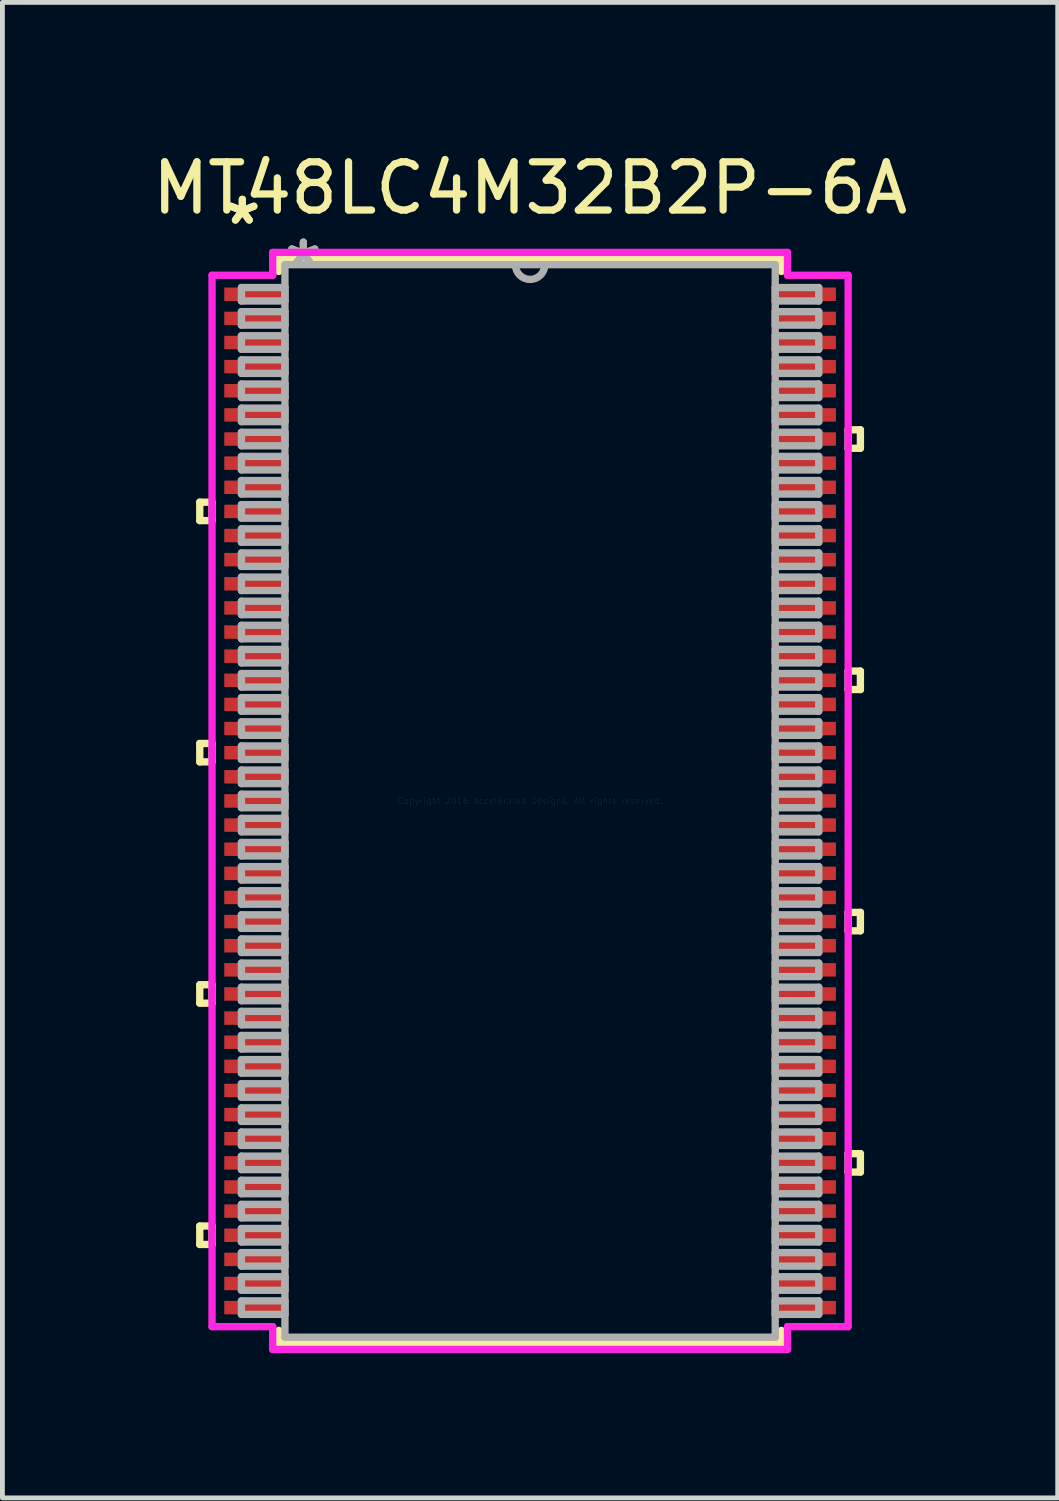
<source format=kicad_pcb>
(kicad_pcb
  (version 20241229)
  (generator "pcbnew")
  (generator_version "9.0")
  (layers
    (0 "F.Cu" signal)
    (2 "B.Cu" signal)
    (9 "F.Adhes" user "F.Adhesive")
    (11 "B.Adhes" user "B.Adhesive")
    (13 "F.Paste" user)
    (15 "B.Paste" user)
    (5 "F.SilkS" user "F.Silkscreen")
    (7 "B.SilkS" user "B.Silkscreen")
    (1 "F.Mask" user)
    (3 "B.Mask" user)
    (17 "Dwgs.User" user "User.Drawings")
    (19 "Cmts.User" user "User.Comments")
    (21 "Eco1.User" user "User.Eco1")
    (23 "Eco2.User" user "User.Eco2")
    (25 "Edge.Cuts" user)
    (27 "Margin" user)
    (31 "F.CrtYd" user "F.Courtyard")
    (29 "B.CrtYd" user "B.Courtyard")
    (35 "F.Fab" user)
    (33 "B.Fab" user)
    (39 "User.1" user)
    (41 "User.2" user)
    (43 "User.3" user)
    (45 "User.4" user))
  (footprint "MT48LC4M32B2P-6A"
    (layer "F.Cu")
    (at 7.935 13.548)
    (property "Reference" "MT48LC4M32B2P-6A" (at 0 -12.7 0) (layer "F.SilkS") (effects (font (size 1 1) (thickness 0.15))))
    (attr through_hole)
    (fp_line (start -6.845 -6.191) (end -6.845 -5.81) (stroke (width 0.152) (type solid)) (layer "F.SilkS"))
    (fp_line (start -6.845 -5.81) (end -6.591 -5.81) (stroke (width 0.152) (type solid)) (layer "F.SilkS"))
    (fp_line (start -6.845 -1.191) (end -6.845 -0.81) (stroke (width 0.152) (type solid)) (layer "F.SilkS"))
    (fp_line (start -6.845 -0.81) (end -6.591 -0.81) (stroke (width 0.152) (type solid)) (layer "F.SilkS"))
    (fp_line (start -6.845 3.809) (end -6.845 4.191) (stroke (width 0.152) (type solid)) (layer "F.SilkS"))
    (fp_line (start -6.845 4.191) (end -6.591 4.191) (stroke (width 0.152) (type solid)) (layer "F.SilkS"))
    (fp_line (start -6.845 8.809) (end -6.845 9.191) (stroke (width 0.152) (type solid)) (layer "F.SilkS"))
    (fp_line (start -6.845 9.191) (end -6.591 9.191) (stroke (width 0.152) (type solid)) (layer "F.SilkS"))
    (fp_line (start -6.591 -6.191) (end -6.845 -6.191) (stroke (width 0.152) (type solid)) (layer "F.SilkS"))
    (fp_line (start -6.591 -5.81) (end -6.591 -6.191) (stroke (width 0.152) (type solid)) (layer "F.SilkS"))
    (fp_line (start -6.591 -1.191) (end -6.845 -1.191) (stroke (width 0.152) (type solid)) (layer "F.SilkS"))
    (fp_line (start -6.591 -0.81) (end -6.591 -1.191) (stroke (width 0.152) (type solid)) (layer "F.SilkS"))
    (fp_line (start -6.591 3.809) (end -6.845 3.809) (stroke (width 0.152) (type solid)) (layer "F.SilkS"))
    (fp_line (start -6.591 4.191) (end -6.591 3.809) (stroke (width 0.152) (type solid)) (layer "F.SilkS"))
    (fp_line (start -6.591 8.809) (end -6.845 8.809) (stroke (width 0.152) (type solid)) (layer "F.SilkS"))
    (fp_line (start -6.591 9.191) (end -6.591 8.809) (stroke (width 0.152) (type solid)) (layer "F.SilkS"))
    (fp_line (start -5.207 -11.239) (end -5.207 -10.972) (stroke (width 0.152) (type solid)) (layer "F.SilkS"))
    (fp_line (start -5.207 10.972) (end -5.207 11.239) (stroke (width 0.152) (type solid)) (layer "F.SilkS"))
    (fp_line (start -5.207 11.239) (end 5.207 11.239) (stroke (width 0.152) (type solid)) (layer "F.SilkS"))
    (fp_line (start 5.207 -11.239) (end -5.207 -11.239) (stroke (width 0.152) (type solid)) (layer "F.SilkS"))
    (fp_line (start 5.207 -10.972) (end 5.207 -11.239) (stroke (width 0.152) (type solid)) (layer "F.SilkS"))
    (fp_line (start 5.207 11.239) (end 5.207 10.972) (stroke (width 0.152) (type solid)) (layer "F.SilkS"))
    (fp_line (start 6.591 -7.691) (end 6.845 -7.691) (stroke (width 0.152) (type solid)) (layer "F.SilkS"))
    (fp_line (start 6.591 -7.309) (end 6.591 -7.691) (stroke (width 0.152) (type solid)) (layer "F.SilkS"))
    (fp_line (start 6.591 -2.691) (end 6.845 -2.691) (stroke (width 0.152) (type solid)) (layer "F.SilkS"))
    (fp_line (start 6.591 -2.309) (end 6.591 -2.691) (stroke (width 0.152) (type solid)) (layer "F.SilkS"))
    (fp_line (start 6.591 2.309) (end 6.845 2.309) (stroke (width 0.152) (type solid)) (layer "F.SilkS"))
    (fp_line (start 6.591 2.691) (end 6.591 2.309) (stroke (width 0.152) (type solid)) (layer "F.SilkS"))
    (fp_line (start 6.591 7.309) (end 6.845 7.309) (stroke (width 0.152) (type solid)) (layer "F.SilkS"))
    (fp_line (start 6.591 7.691) (end 6.591 7.309) (stroke (width 0.152) (type solid)) (layer "F.SilkS"))
    (fp_line (start 6.845 -7.691) (end 6.845 -7.309) (stroke (width 0.152) (type solid)) (layer "F.SilkS"))
    (fp_line (start 6.845 -7.309) (end 6.591 -7.309) (stroke (width 0.152) (type solid)) (layer "F.SilkS"))
    (fp_line (start 6.845 -2.691) (end 6.845 -2.309) (stroke (width 0.152) (type solid)) (layer "F.SilkS"))
    (fp_line (start 6.845 -2.309) (end 6.591 -2.309) (stroke (width 0.152) (type solid)) (layer "F.SilkS"))
    (fp_line (start 6.845 2.309) (end 6.845 2.691) (stroke (width 0.152) (type solid)) (layer "F.SilkS"))
    (fp_line (start 6.845 2.691) (end 6.591 2.691) (stroke (width 0.152) (type solid)) (layer "F.SilkS"))
    (fp_line (start 6.845 7.309) (end 6.845 7.691) (stroke (width 0.152) (type solid)) (layer "F.SilkS"))
    (fp_line (start 6.845 7.691) (end 6.591 7.691) (stroke (width 0.152) (type solid)) (layer "F.SilkS"))
    (fp_line (start -6.591 -10.894) (end -5.334 -10.894) (stroke (width 0.152) (type solid)) (layer "F.CrtYd"))
    (fp_line (start -6.591 10.894) (end -6.591 -10.894) (stroke (width 0.152) (type solid)) (layer "F.CrtYd"))
    (fp_line (start -5.334 -11.367) (end 5.334 -11.367) (stroke (width 0.152) (type solid)) (layer "F.CrtYd"))
    (fp_line (start -5.334 -10.894) (end -5.334 -11.367) (stroke (width 0.152) (type solid)) (layer "F.CrtYd"))
    (fp_line (start -5.334 10.894) (end -6.591 10.894) (stroke (width 0.152) (type solid)) (layer "F.CrtYd"))
    (fp_line (start -5.334 11.367) (end -5.334 10.894) (stroke (width 0.152) (type solid)) (layer "F.CrtYd"))
    (fp_line (start 5.334 -11.367) (end 5.334 -10.894) (stroke (width 0.152) (type solid)) (layer "F.CrtYd"))
    (fp_line (start 5.334 -10.894) (end 6.591 -10.894) (stroke (width 0.152) (type solid)) (layer "F.CrtYd"))
    (fp_line (start 5.334 10.894) (end 5.334 11.367) (stroke (width 0.152) (type solid)) (layer "F.CrtYd"))
    (fp_line (start 5.334 11.367) (end -5.334 11.367) (stroke (width 0.152) (type solid)) (layer "F.CrtYd"))
    (fp_line (start 6.591 -10.894) (end 6.591 10.894) (stroke (width 0.152) (type solid)) (layer "F.CrtYd"))
    (fp_line (start 6.591 10.894) (end 5.334 10.894) (stroke (width 0.152) (type solid)) (layer "F.CrtYd"))
    (fp_line (start -5.982 -10.64) (end -5.982 -10.36) (stroke (width 0.152) (type solid)) (layer "F.Fab"))
    (fp_line (start -5.982 -10.36) (end -5.08 -10.36) (stroke (width 0.152) (type solid)) (layer "F.Fab"))
    (fp_line (start -5.982 -10.14) (end -5.982 -9.86) (stroke (width 0.152) (type solid)) (layer "F.Fab"))
    (fp_line (start -5.982 -9.86) (end -5.08 -9.86) (stroke (width 0.152) (type solid)) (layer "F.Fab"))
    (fp_line (start -5.982 -9.64) (end -5.982 -9.36) (stroke (width 0.152) (type solid)) (layer "F.Fab"))
    (fp_line (start -5.982 -9.36) (end -5.08 -9.36) (stroke (width 0.152) (type solid)) (layer "F.Fab"))
    (fp_line (start -5.982 -9.14) (end -5.982 -8.86) (stroke (width 0.152) (type solid)) (layer "F.Fab"))
    (fp_line (start -5.982 -8.86) (end -5.08 -8.86) (stroke (width 0.152) (type solid)) (layer "F.Fab"))
    (fp_line (start -5.982 -8.64) (end -5.982 -8.36) (stroke (width 0.152) (type solid)) (layer "F.Fab"))
    (fp_line (start -5.982 -8.36) (end -5.08 -8.36) (stroke (width 0.152) (type solid)) (layer "F.Fab"))
    (fp_line (start -5.982 -8.14) (end -5.982 -7.86) (stroke (width 0.152) (type solid)) (layer "F.Fab"))
    (fp_line (start -5.982 -7.86) (end -5.08 -7.86) (stroke (width 0.152) (type solid)) (layer "F.Fab"))
    (fp_line (start -5.982 -7.64) (end -5.982 -7.36) (stroke (width 0.152) (type solid)) (layer "F.Fab"))
    (fp_line (start -5.982 -7.36) (end -5.08 -7.36) (stroke (width 0.152) (type solid)) (layer "F.Fab"))
    (fp_line (start -5.982 -7.14) (end -5.982 -6.86) (stroke (width 0.152) (type solid)) (layer "F.Fab"))
    (fp_line (start -5.982 -6.86) (end -5.08 -6.86) (stroke (width 0.152) (type solid)) (layer "F.Fab"))
    (fp_line (start -5.982 -6.64) (end -5.982 -6.36) (stroke (width 0.152) (type solid)) (layer "F.Fab"))
    (fp_line (start -5.982 -6.36) (end -5.08 -6.36) (stroke (width 0.152) (type solid)) (layer "F.Fab"))
    (fp_line (start -5.982 -6.14) (end -5.982 -5.86) (stroke (width 0.152) (type solid)) (layer "F.Fab"))
    (fp_line (start -5.982 -5.86) (end -5.08 -5.86) (stroke (width 0.152) (type solid)) (layer "F.Fab"))
    (fp_line (start -5.982 -5.64) (end -5.982 -5.36) (stroke (width 0.152) (type solid)) (layer "F.Fab"))
    (fp_line (start -5.982 -5.36) (end -5.08 -5.36) (stroke (width 0.152) (type solid)) (layer "F.Fab"))
    (fp_line (start -5.982 -5.14) (end -5.982 -4.86) (stroke (width 0.152) (type solid)) (layer "F.Fab"))
    (fp_line (start -5.982 -4.86) (end -5.08 -4.86) (stroke (width 0.152) (type solid)) (layer "F.Fab"))
    (fp_line (start -5.982 -4.64) (end -5.982 -4.36) (stroke (width 0.152) (type solid)) (layer "F.Fab"))
    (fp_line (start -5.982 -4.36) (end -5.08 -4.36) (stroke (width 0.152) (type solid)) (layer "F.Fab"))
    (fp_line (start -5.982 -4.14) (end -5.982 -3.86) (stroke (width 0.152) (type solid)) (layer "F.Fab"))
    (fp_line (start -5.982 -3.86) (end -5.08 -3.86) (stroke (width 0.152) (type solid)) (layer "F.Fab"))
    (fp_line (start -5.982 -3.64) (end -5.982 -3.36) (stroke (width 0.152) (type solid)) (layer "F.Fab"))
    (fp_line (start -5.982 -3.36) (end -5.08 -3.36) (stroke (width 0.152) (type solid)) (layer "F.Fab"))
    (fp_line (start -5.982 -3.14) (end -5.982 -2.86) (stroke (width 0.152) (type solid)) (layer "F.Fab"))
    (fp_line (start -5.982 -2.86) (end -5.08 -2.86) (stroke (width 0.152) (type solid)) (layer "F.Fab"))
    (fp_line (start -5.982 -2.64) (end -5.982 -2.36) (stroke (width 0.152) (type solid)) (layer "F.Fab"))
    (fp_line (start -5.982 -2.36) (end -5.08 -2.36) (stroke (width 0.152) (type solid)) (layer "F.Fab"))
    (fp_line (start -5.982 -2.14) (end -5.982 -1.86) (stroke (width 0.152) (type solid)) (layer "F.Fab"))
    (fp_line (start -5.982 -1.86) (end -5.08 -1.86) (stroke (width 0.152) (type solid)) (layer "F.Fab"))
    (fp_line (start -5.982 -1.64) (end -5.982 -1.36) (stroke (width 0.152) (type solid)) (layer "F.Fab"))
    (fp_line (start -5.982 -1.36) (end -5.08 -1.36) (stroke (width 0.152) (type solid)) (layer "F.Fab"))
    (fp_line (start -5.982 -1.14) (end -5.982 -0.86) (stroke (width 0.152) (type solid)) (layer "F.Fab"))
    (fp_line (start -5.982 -0.86) (end -5.08 -0.86) (stroke (width 0.152) (type solid)) (layer "F.Fab"))
    (fp_line (start -5.982 -0.64) (end -5.982 -0.36) (stroke (width 0.152) (type solid)) (layer "F.Fab"))
    (fp_line (start -5.982 -0.36) (end -5.08 -0.36) (stroke (width 0.152) (type solid)) (layer "F.Fab"))
    (fp_line (start -5.982 -0.14) (end -5.982 0.14) (stroke (width 0.152) (type solid)) (layer "F.Fab"))
    (fp_line (start -5.982 0.14) (end -5.08 0.14) (stroke (width 0.152) (type solid)) (layer "F.Fab"))
    (fp_line (start -5.982 0.36) (end -5.982 0.64) (stroke (width 0.152) (type solid)) (layer "F.Fab"))
    (fp_line (start -5.982 0.64) (end -5.08 0.64) (stroke (width 0.152) (type solid)) (layer "F.Fab"))
    (fp_line (start -5.982 0.86) (end -5.982 1.14) (stroke (width 0.152) (type solid)) (layer "F.Fab"))
    (fp_line (start -5.982 1.14) (end -5.08 1.14) (stroke (width 0.152) (type solid)) (layer "F.Fab"))
    (fp_line (start -5.982 1.36) (end -5.982 1.64) (stroke (width 0.152) (type solid)) (layer "F.Fab"))
    (fp_line (start -5.982 1.64) (end -5.08 1.64) (stroke (width 0.152) (type solid)) (layer "F.Fab"))
    (fp_line (start -5.982 1.86) (end -5.982 2.14) (stroke (width 0.152) (type solid)) (layer "F.Fab"))
    (fp_line (start -5.982 2.14) (end -5.08 2.14) (stroke (width 0.152) (type solid)) (layer "F.Fab"))
    (fp_line (start -5.982 2.36) (end -5.982 2.64) (stroke (width 0.152) (type solid)) (layer "F.Fab"))
    (fp_line (start -5.982 2.64) (end -5.08 2.64) (stroke (width 0.152) (type solid)) (layer "F.Fab"))
    (fp_line (start -5.982 2.86) (end -5.982 3.14) (stroke (width 0.152) (type solid)) (layer "F.Fab"))
    (fp_line (start -5.982 3.14) (end -5.08 3.14) (stroke (width 0.152) (type solid)) (layer "F.Fab"))
    (fp_line (start -5.982 3.36) (end -5.982 3.64) (stroke (width 0.152) (type solid)) (layer "F.Fab"))
    (fp_line (start -5.982 3.64) (end -5.08 3.64) (stroke (width 0.152) (type solid)) (layer "F.Fab"))
    (fp_line (start -5.982 3.86) (end -5.982 4.14) (stroke (width 0.152) (type solid)) (layer "F.Fab"))
    (fp_line (start -5.982 4.14) (end -5.08 4.14) (stroke (width 0.152) (type solid)) (layer "F.Fab"))
    (fp_line (start -5.982 4.36) (end -5.982 4.64) (stroke (width 0.152) (type solid)) (layer "F.Fab"))
    (fp_line (start -5.982 4.64) (end -5.08 4.64) (stroke (width 0.152) (type solid)) (layer "F.Fab"))
    (fp_line (start -5.982 4.86) (end -5.982 5.14) (stroke (width 0.152) (type solid)) (layer "F.Fab"))
    (fp_line (start -5.982 5.14) (end -5.08 5.14) (stroke (width 0.152) (type solid)) (layer "F.Fab"))
    (fp_line (start -5.982 5.36) (end -5.982 5.64) (stroke (width 0.152) (type solid)) (layer "F.Fab"))
    (fp_line (start -5.982 5.64) (end -5.08 5.64) (stroke (width 0.152) (type solid)) (layer "F.Fab"))
    (fp_line (start -5.982 5.86) (end -5.982 6.14) (stroke (width 0.152) (type solid)) (layer "F.Fab"))
    (fp_line (start -5.982 6.14) (end -5.08 6.14) (stroke (width 0.152) (type solid)) (layer "F.Fab"))
    (fp_line (start -5.982 6.36) (end -5.982 6.64) (stroke (width 0.152) (type solid)) (layer "F.Fab"))
    (fp_line (start -5.982 6.64) (end -5.08 6.64) (stroke (width 0.152) (type solid)) (layer "F.Fab"))
    (fp_line (start -5.982 6.86) (end -5.982 7.14) (stroke (width 0.152) (type solid)) (layer "F.Fab"))
    (fp_line (start -5.982 7.14) (end -5.08 7.14) (stroke (width 0.152) (type solid)) (layer "F.Fab"))
    (fp_line (start -5.982 7.36) (end -5.982 7.64) (stroke (width 0.152) (type solid)) (layer "F.Fab"))
    (fp_line (start -5.982 7.64) (end -5.08 7.64) (stroke (width 0.152) (type solid)) (layer "F.Fab"))
    (fp_line (start -5.982 7.86) (end -5.982 8.14) (stroke (width 0.152) (type solid)) (layer "F.Fab"))
    (fp_line (start -5.982 8.14) (end -5.08 8.14) (stroke (width 0.152) (type solid)) (layer "F.Fab"))
    (fp_line (start -5.982 8.36) (end -5.982 8.64) (stroke (width 0.152) (type solid)) (layer "F.Fab"))
    (fp_line (start -5.982 8.64) (end -5.08 8.64) (stroke (width 0.152) (type solid)) (layer "F.Fab"))
    (fp_line (start -5.982 8.86) (end -5.982 9.14) (stroke (width 0.152) (type solid)) (layer "F.Fab"))
    (fp_line (start -5.982 9.14) (end -5.08 9.14) (stroke (width 0.152) (type solid)) (layer "F.Fab"))
    (fp_line (start -5.982 9.36) (end -5.982 9.64) (stroke (width 0.152) (type solid)) (layer "F.Fab"))
    (fp_line (start -5.982 9.64) (end -5.08 9.64) (stroke (width 0.152) (type solid)) (layer "F.Fab"))
    (fp_line (start -5.982 9.86) (end -5.982 10.14) (stroke (width 0.152) (type solid)) (layer "F.Fab"))
    (fp_line (start -5.982 10.14) (end -5.08 10.14) (stroke (width 0.152) (type solid)) (layer "F.Fab"))
    (fp_line (start -5.982 10.36) (end -5.982 10.64) (stroke (width 0.152) (type solid)) (layer "F.Fab"))
    (fp_line (start -5.982 10.64) (end -5.08 10.64) (stroke (width 0.152) (type solid)) (layer "F.Fab"))
    (fp_line (start -5.08 -11.113) (end -5.08 11.113) (stroke (width 0.152) (type solid)) (layer "F.Fab"))
    (fp_line (start -5.08 -10.64) (end -5.982 -10.64) (stroke (width 0.152) (type solid)) (layer "F.Fab"))
    (fp_line (start -5.08 -10.36) (end -5.08 -10.64) (stroke (width 0.152) (type solid)) (layer "F.Fab"))
    (fp_line (start -5.08 -10.14) (end -5.982 -10.14) (stroke (width 0.152) (type solid)) (layer "F.Fab"))
    (fp_line (start -5.08 -9.86) (end -5.08 -10.14) (stroke (width 0.152) (type solid)) (layer "F.Fab"))
    (fp_line (start -5.08 -9.64) (end -5.982 -9.64) (stroke (width 0.152) (type solid)) (layer "F.Fab"))
    (fp_line (start -5.08 -9.36) (end -5.08 -9.64) (stroke (width 0.152) (type solid)) (layer "F.Fab"))
    (fp_line (start -5.08 -9.14) (end -5.982 -9.14) (stroke (width 0.152) (type solid)) (layer "F.Fab"))
    (fp_line (start -5.08 -8.86) (end -5.08 -9.14) (stroke (width 0.152) (type solid)) (layer "F.Fab"))
    (fp_line (start -5.08 -8.64) (end -5.982 -8.64) (stroke (width 0.152) (type solid)) (layer "F.Fab"))
    (fp_line (start -5.08 -8.36) (end -5.08 -8.64) (stroke (width 0.152) (type solid)) (layer "F.Fab"))
    (fp_line (start -5.08 -8.14) (end -5.982 -8.14) (stroke (width 0.152) (type solid)) (layer "F.Fab"))
    (fp_line (start -5.08 -7.86) (end -5.08 -8.14) (stroke (width 0.152) (type solid)) (layer "F.Fab"))
    (fp_line (start -5.08 -7.64) (end -5.982 -7.64) (stroke (width 0.152) (type solid)) (layer "F.Fab"))
    (fp_line (start -5.08 -7.36) (end -5.08 -7.64) (stroke (width 0.152) (type solid)) (layer "F.Fab"))
    (fp_line (start -5.08 -7.14) (end -5.982 -7.14) (stroke (width 0.152) (type solid)) (layer "F.Fab"))
    (fp_line (start -5.08 -6.86) (end -5.08 -7.14) (stroke (width 0.152) (type solid)) (layer "F.Fab"))
    (fp_line (start -5.08 -6.64) (end -5.982 -6.64) (stroke (width 0.152) (type solid)) (layer "F.Fab"))
    (fp_line (start -5.08 -6.36) (end -5.08 -6.64) (stroke (width 0.152) (type solid)) (layer "F.Fab"))
    (fp_line (start -5.08 -6.14) (end -5.982 -6.14) (stroke (width 0.152) (type solid)) (layer "F.Fab"))
    (fp_line (start -5.08 -5.86) (end -5.08 -6.14) (stroke (width 0.152) (type solid)) (layer "F.Fab"))
    (fp_line (start -5.08 -5.64) (end -5.982 -5.64) (stroke (width 0.152) (type solid)) (layer "F.Fab"))
    (fp_line (start -5.08 -5.36) (end -5.08 -5.64) (stroke (width 0.152) (type solid)) (layer "F.Fab"))
    (fp_line (start -5.08 -5.14) (end -5.982 -5.14) (stroke (width 0.152) (type solid)) (layer "F.Fab"))
    (fp_line (start -5.08 -4.86) (end -5.08 -5.14) (stroke (width 0.152) (type solid)) (layer "F.Fab"))
    (fp_line (start -5.08 -4.64) (end -5.982 -4.64) (stroke (width 0.152) (type solid)) (layer "F.Fab"))
    (fp_line (start -5.08 -4.36) (end -5.08 -4.64) (stroke (width 0.152) (type solid)) (layer "F.Fab"))
    (fp_line (start -5.08 -4.14) (end -5.982 -4.14) (stroke (width 0.152) (type solid)) (layer "F.Fab"))
    (fp_line (start -5.08 -3.86) (end -5.08 -4.14) (stroke (width 0.152) (type solid)) (layer "F.Fab"))
    (fp_line (start -5.08 -3.64) (end -5.982 -3.64) (stroke (width 0.152) (type solid)) (layer "F.Fab"))
    (fp_line (start -5.08 -3.36) (end -5.08 -3.64) (stroke (width 0.152) (type solid)) (layer "F.Fab"))
    (fp_line (start -5.08 -3.14) (end -5.982 -3.14) (stroke (width 0.152) (type solid)) (layer "F.Fab"))
    (fp_line (start -5.08 -2.86) (end -5.08 -3.14) (stroke (width 0.152) (type solid)) (layer "F.Fab"))
    (fp_line (start -5.08 -2.64) (end -5.982 -2.64) (stroke (width 0.152) (type solid)) (layer "F.Fab"))
    (fp_line (start -5.08 -2.36) (end -5.08 -2.64) (stroke (width 0.152) (type solid)) (layer "F.Fab"))
    (fp_line (start -5.08 -2.14) (end -5.982 -2.14) (stroke (width 0.152) (type solid)) (layer "F.Fab"))
    (fp_line (start -5.08 -1.86) (end -5.08 -2.14) (stroke (width 0.152) (type solid)) (layer "F.Fab"))
    (fp_line (start -5.08 -1.64) (end -5.982 -1.64) (stroke (width 0.152) (type solid)) (layer "F.Fab"))
    (fp_line (start -5.08 -1.36) (end -5.08 -1.64) (stroke (width 0.152) (type solid)) (layer "F.Fab"))
    (fp_line (start -5.08 -1.14) (end -5.982 -1.14) (stroke (width 0.152) (type solid)) (layer "F.Fab"))
    (fp_line (start -5.08 -0.86) (end -5.08 -1.14) (stroke (width 0.152) (type solid)) (layer "F.Fab"))
    (fp_line (start -5.08 -0.64) (end -5.982 -0.64) (stroke (width 0.152) (type solid)) (layer "F.Fab"))
    (fp_line (start -5.08 -0.36) (end -5.08 -0.64) (stroke (width 0.152) (type solid)) (layer "F.Fab"))
    (fp_line (start -5.08 -0.14) (end -5.982 -0.14) (stroke (width 0.152) (type solid)) (layer "F.Fab"))
    (fp_line (start -5.08 0.14) (end -5.08 -0.14) (stroke (width 0.152) (type solid)) (layer "F.Fab"))
    (fp_line (start -5.08 0.36) (end -5.982 0.36) (stroke (width 0.152) (type solid)) (layer "F.Fab"))
    (fp_line (start -5.08 0.64) (end -5.08 0.36) (stroke (width 0.152) (type solid)) (layer "F.Fab"))
    (fp_line (start -5.08 0.86) (end -5.982 0.86) (stroke (width 0.152) (type solid)) (layer "F.Fab"))
    (fp_line (start -5.08 1.14) (end -5.08 0.86) (stroke (width 0.152) (type solid)) (layer "F.Fab"))
    (fp_line (start -5.08 1.36) (end -5.982 1.36) (stroke (width 0.152) (type solid)) (layer "F.Fab"))
    (fp_line (start -5.08 1.64) (end -5.08 1.36) (stroke (width 0.152) (type solid)) (layer "F.Fab"))
    (fp_line (start -5.08 1.86) (end -5.982 1.86) (stroke (width 0.152) (type solid)) (layer "F.Fab"))
    (fp_line (start -5.08 2.14) (end -5.08 1.86) (stroke (width 0.152) (type solid)) (layer "F.Fab"))
    (fp_line (start -5.08 2.36) (end -5.982 2.36) (stroke (width 0.152) (type solid)) (layer "F.Fab"))
    (fp_line (start -5.08 2.64) (end -5.08 2.36) (stroke (width 0.152) (type solid)) (layer "F.Fab"))
    (fp_line (start -5.08 2.86) (end -5.982 2.86) (stroke (width 0.152) (type solid)) (layer "F.Fab"))
    (fp_line (start -5.08 3.14) (end -5.08 2.86) (stroke (width 0.152) (type solid)) (layer "F.Fab"))
    (fp_line (start -5.08 3.36) (end -5.982 3.36) (stroke (width 0.152) (type solid)) (layer "F.Fab"))
    (fp_line (start -5.08 3.64) (end -5.08 3.36) (stroke (width 0.152) (type solid)) (layer "F.Fab"))
    (fp_line (start -5.08 3.86) (end -5.982 3.86) (stroke (width 0.152) (type solid)) (layer "F.Fab"))
    (fp_line (start -5.08 4.14) (end -5.08 3.86) (stroke (width 0.152) (type solid)) (layer "F.Fab"))
    (fp_line (start -5.08 4.36) (end -5.982 4.36) (stroke (width 0.152) (type solid)) (layer "F.Fab"))
    (fp_line (start -5.08 4.64) (end -5.08 4.36) (stroke (width 0.152) (type solid)) (layer "F.Fab"))
    (fp_line (start -5.08 4.86) (end -5.982 4.86) (stroke (width 0.152) (type solid)) (layer "F.Fab"))
    (fp_line (start -5.08 5.14) (end -5.08 4.86) (stroke (width 0.152) (type solid)) (layer "F.Fab"))
    (fp_line (start -5.08 5.36) (end -5.982 5.36) (stroke (width 0.152) (type solid)) (layer "F.Fab"))
    (fp_line (start -5.08 5.64) (end -5.08 5.36) (stroke (width 0.152) (type solid)) (layer "F.Fab"))
    (fp_line (start -5.08 5.86) (end -5.982 5.86) (stroke (width 0.152) (type solid)) (layer "F.Fab"))
    (fp_line (start -5.08 6.14) (end -5.08 5.86) (stroke (width 0.152) (type solid)) (layer "F.Fab"))
    (fp_line (start -5.08 6.36) (end -5.982 6.36) (stroke (width 0.152) (type solid)) (layer "F.Fab"))
    (fp_line (start -5.08 6.64) (end -5.08 6.36) (stroke (width 0.152) (type solid)) (layer "F.Fab"))
    (fp_line (start -5.08 6.86) (end -5.982 6.86) (stroke (width 0.152) (type solid)) (layer "F.Fab"))
    (fp_line (start -5.08 7.14) (end -5.08 6.86) (stroke (width 0.152) (type solid)) (layer "F.Fab"))
    (fp_line (start -5.08 7.36) (end -5.982 7.36) (stroke (width 0.152) (type solid)) (layer "F.Fab"))
    (fp_line (start -5.08 7.64) (end -5.08 7.36) (stroke (width 0.152) (type solid)) (layer "F.Fab"))
    (fp_line (start -5.08 7.86) (end -5.982 7.86) (stroke (width 0.152) (type solid)) (layer "F.Fab"))
    (fp_line (start -5.08 8.14) (end -5.08 7.86) (stroke (width 0.152) (type solid)) (layer "F.Fab"))
    (fp_line (start -5.08 8.36) (end -5.982 8.36) (stroke (width 0.152) (type solid)) (layer "F.Fab"))
    (fp_line (start -5.08 8.64) (end -5.08 8.36) (stroke (width 0.152) (type solid)) (layer "F.Fab"))
    (fp_line (start -5.08 8.86) (end -5.982 8.86) (stroke (width 0.152) (type solid)) (layer "F.Fab"))
    (fp_line (start -5.08 9.14) (end -5.08 8.86) (stroke (width 0.152) (type solid)) (layer "F.Fab"))
    (fp_line (start -5.08 9.36) (end -5.982 9.36) (stroke (width 0.152) (type solid)) (layer "F.Fab"))
    (fp_line (start -5.08 9.64) (end -5.08 9.36) (stroke (width 0.152) (type solid)) (layer "F.Fab"))
    (fp_line (start -5.08 9.86) (end -5.982 9.86) (stroke (width 0.152) (type solid)) (layer "F.Fab"))
    (fp_line (start -5.08 10.14) (end -5.08 9.86) (stroke (width 0.152) (type solid)) (layer "F.Fab"))
    (fp_line (start -5.08 10.36) (end -5.982 10.36) (stroke (width 0.152) (type solid)) (layer "F.Fab"))
    (fp_line (start -5.08 10.64) (end -5.08 10.36) (stroke (width 0.152) (type solid)) (layer "F.Fab"))
    (fp_line (start -5.08 11.113) (end 5.08 11.113) (stroke (width 0.152) (type solid)) (layer "F.Fab"))
    (fp_line (start 5.08 -11.113) (end -5.08 -11.113) (stroke (width 0.152) (type solid)) (layer "F.Fab"))
    (fp_line (start 5.08 -10.64) (end 5.08 -10.36) (stroke (width 0.152) (type solid)) (layer "F.Fab"))
    (fp_line (start 5.08 -10.36) (end 5.982 -10.36) (stroke (width 0.152) (type solid)) (layer "F.Fab"))
    (fp_line (start 5.08 -10.14) (end 5.08 -9.86) (stroke (width 0.152) (type solid)) (layer "F.Fab"))
    (fp_line (start 5.08 -9.86) (end 5.982 -9.86) (stroke (width 0.152) (type solid)) (layer "F.Fab"))
    (fp_line (start 5.08 -9.64) (end 5.08 -9.36) (stroke (width 0.152) (type solid)) (layer "F.Fab"))
    (fp_line (start 5.08 -9.36) (end 5.982 -9.36) (stroke (width 0.152) (type solid)) (layer "F.Fab"))
    (fp_line (start 5.08 -9.14) (end 5.08 -8.86) (stroke (width 0.152) (type solid)) (layer "F.Fab"))
    (fp_line (start 5.08 -8.86) (end 5.982 -8.86) (stroke (width 0.152) (type solid)) (layer "F.Fab"))
    (fp_line (start 5.08 -8.64) (end 5.08 -8.36) (stroke (width 0.152) (type solid)) (layer "F.Fab"))
    (fp_line (start 5.08 -8.36) (end 5.982 -8.36) (stroke (width 0.152) (type solid)) (layer "F.Fab"))
    (fp_line (start 5.08 -8.14) (end 5.08 -7.86) (stroke (width 0.152) (type solid)) (layer "F.Fab"))
    (fp_line (start 5.08 -7.86) (end 5.982 -7.86) (stroke (width 0.152) (type solid)) (layer "F.Fab"))
    (fp_line (start 5.08 -7.64) (end 5.08 -7.36) (stroke (width 0.152) (type solid)) (layer "F.Fab"))
    (fp_line (start 5.08 -7.36) (end 5.982 -7.36) (stroke (width 0.152) (type solid)) (layer "F.Fab"))
    (fp_line (start 5.08 -7.14) (end 5.08 -6.86) (stroke (width 0.152) (type solid)) (layer "F.Fab"))
    (fp_line (start 5.08 -6.86) (end 5.982 -6.86) (stroke (width 0.152) (type solid)) (layer "F.Fab"))
    (fp_line (start 5.08 -6.64) (end 5.08 -6.36) (stroke (width 0.152) (type solid)) (layer "F.Fab"))
    (fp_line (start 5.08 -6.36) (end 5.982 -6.36) (stroke (width 0.152) (type solid)) (layer "F.Fab"))
    (fp_line (start 5.08 -6.14) (end 5.08 -5.86) (stroke (width 0.152) (type solid)) (layer "F.Fab"))
    (fp_line (start 5.08 -5.86) (end 5.982 -5.86) (stroke (width 0.152) (type solid)) (layer "F.Fab"))
    (fp_line (start 5.08 -5.64) (end 5.08 -5.36) (stroke (width 0.152) (type solid)) (layer "F.Fab"))
    (fp_line (start 5.08 -5.36) (end 5.982 -5.36) (stroke (width 0.152) (type solid)) (layer "F.Fab"))
    (fp_line (start 5.08 -5.14) (end 5.08 -4.86) (stroke (width 0.152) (type solid)) (layer "F.Fab"))
    (fp_line (start 5.08 -4.86) (end 5.982 -4.86) (stroke (width 0.152) (type solid)) (layer "F.Fab"))
    (fp_line (start 5.08 -4.64) (end 5.08 -4.36) (stroke (width 0.152) (type solid)) (layer "F.Fab"))
    (fp_line (start 5.08 -4.36) (end 5.982 -4.36) (stroke (width 0.152) (type solid)) (layer "F.Fab"))
    (fp_line (start 5.08 -4.14) (end 5.08 -3.86) (stroke (width 0.152) (type solid)) (layer "F.Fab"))
    (fp_line (start 5.08 -3.86) (end 5.982 -3.86) (stroke (width 0.152) (type solid)) (layer "F.Fab"))
    (fp_line (start 5.08 -3.64) (end 5.08 -3.36) (stroke (width 0.152) (type solid)) (layer "F.Fab"))
    (fp_line (start 5.08 -3.36) (end 5.982 -3.36) (stroke (width 0.152) (type solid)) (layer "F.Fab"))
    (fp_line (start 5.08 -3.14) (end 5.08 -2.86) (stroke (width 0.152) (type solid)) (layer "F.Fab"))
    (fp_line (start 5.08 -2.86) (end 5.982 -2.86) (stroke (width 0.152) (type solid)) (layer "F.Fab"))
    (fp_line (start 5.08 -2.64) (end 5.08 -2.36) (stroke (width 0.152) (type solid)) (layer "F.Fab"))
    (fp_line (start 5.08 -2.36) (end 5.982 -2.36) (stroke (width 0.152) (type solid)) (layer "F.Fab"))
    (fp_line (start 5.08 -2.14) (end 5.08 -1.86) (stroke (width 0.152) (type solid)) (layer "F.Fab"))
    (fp_line (start 5.08 -1.86) (end 5.982 -1.86) (stroke (width 0.152) (type solid)) (layer "F.Fab"))
    (fp_line (start 5.08 -1.64) (end 5.08 -1.36) (stroke (width 0.152) (type solid)) (layer "F.Fab"))
    (fp_line (start 5.08 -1.36) (end 5.982 -1.36) (stroke (width 0.152) (type solid)) (layer "F.Fab"))
    (fp_line (start 5.08 -1.14) (end 5.08 -0.86) (stroke (width 0.152) (type solid)) (layer "F.Fab"))
    (fp_line (start 5.08 -0.86) (end 5.982 -0.86) (stroke (width 0.152) (type solid)) (layer "F.Fab"))
    (fp_line (start 5.08 -0.64) (end 5.08 -0.36) (stroke (width 0.152) (type solid)) (layer "F.Fab"))
    (fp_line (start 5.08 -0.36) (end 5.982 -0.36) (stroke (width 0.152) (type solid)) (layer "F.Fab"))
    (fp_line (start 5.08 -0.14) (end 5.08 0.14) (stroke (width 0.152) (type solid)) (layer "F.Fab"))
    (fp_line (start 5.08 0.14) (end 5.982 0.14) (stroke (width 0.152) (type solid)) (layer "F.Fab"))
    (fp_line (start 5.08 0.36) (end 5.08 0.64) (stroke (width 0.152) (type solid)) (layer "F.Fab"))
    (fp_line (start 5.08 0.64) (end 5.982 0.64) (stroke (width 0.152) (type solid)) (layer "F.Fab"))
    (fp_line (start 5.08 0.86) (end 5.08 1.14) (stroke (width 0.152) (type solid)) (layer "F.Fab"))
    (fp_line (start 5.08 1.14) (end 5.982 1.14) (stroke (width 0.152) (type solid)) (layer "F.Fab"))
    (fp_line (start 5.08 1.36) (end 5.08 1.64) (stroke (width 0.152) (type solid)) (layer "F.Fab"))
    (fp_line (start 5.08 1.64) (end 5.982 1.64) (stroke (width 0.152) (type solid)) (layer "F.Fab"))
    (fp_line (start 5.08 1.86) (end 5.08 2.14) (stroke (width 0.152) (type solid)) (layer "F.Fab"))
    (fp_line (start 5.08 2.14) (end 5.982 2.14) (stroke (width 0.152) (type solid)) (layer "F.Fab"))
    (fp_line (start 5.08 2.36) (end 5.08 2.64) (stroke (width 0.152) (type solid)) (layer "F.Fab"))
    (fp_line (start 5.08 2.64) (end 5.982 2.64) (stroke (width 0.152) (type solid)) (layer "F.Fab"))
    (fp_line (start 5.08 2.86) (end 5.08 3.14) (stroke (width 0.152) (type solid)) (layer "F.Fab"))
    (fp_line (start 5.08 3.14) (end 5.982 3.14) (stroke (width 0.152) (type solid)) (layer "F.Fab"))
    (fp_line (start 5.08 3.36) (end 5.08 3.64) (stroke (width 0.152) (type solid)) (layer "F.Fab"))
    (fp_line (start 5.08 3.64) (end 5.982 3.64) (stroke (width 0.152) (type solid)) (layer "F.Fab"))
    (fp_line (start 5.08 3.86) (end 5.08 4.14) (stroke (width 0.152) (type solid)) (layer "F.Fab"))
    (fp_line (start 5.08 4.14) (end 5.982 4.14) (stroke (width 0.152) (type solid)) (layer "F.Fab"))
    (fp_line (start 5.08 4.36) (end 5.08 4.64) (stroke (width 0.152) (type solid)) (layer "F.Fab"))
    (fp_line (start 5.08 4.64) (end 5.982 4.64) (stroke (width 0.152) (type solid)) (layer "F.Fab"))
    (fp_line (start 5.08 4.86) (end 5.08 5.14) (stroke (width 0.152) (type solid)) (layer "F.Fab"))
    (fp_line (start 5.08 5.14) (end 5.982 5.14) (stroke (width 0.152) (type solid)) (layer "F.Fab"))
    (fp_line (start 5.08 5.36) (end 5.08 5.64) (stroke (width 0.152) (type solid)) (layer "F.Fab"))
    (fp_line (start 5.08 5.64) (end 5.982 5.64) (stroke (width 0.152) (type solid)) (layer "F.Fab"))
    (fp_line (start 5.08 5.86) (end 5.08 6.14) (stroke (width 0.152) (type solid)) (layer "F.Fab"))
    (fp_line (start 5.08 6.14) (end 5.982 6.14) (stroke (width 0.152) (type solid)) (layer "F.Fab"))
    (fp_line (start 5.08 6.36) (end 5.08 6.64) (stroke (width 0.152) (type solid)) (layer "F.Fab"))
    (fp_line (start 5.08 6.64) (end 5.982 6.64) (stroke (width 0.152) (type solid)) (layer "F.Fab"))
    (fp_line (start 5.08 6.86) (end 5.08 7.14) (stroke (width 0.152) (type solid)) (layer "F.Fab"))
    (fp_line (start 5.08 7.14) (end 5.982 7.14) (stroke (width 0.152) (type solid)) (layer "F.Fab"))
    (fp_line (start 5.08 7.36) (end 5.08 7.64) (stroke (width 0.152) (type solid)) (layer "F.Fab"))
    (fp_line (start 5.08 7.64) (end 5.982 7.64) (stroke (width 0.152) (type solid)) (layer "F.Fab"))
    (fp_line (start 5.08 7.86) (end 5.08 8.14) (stroke (width 0.152) (type solid)) (layer "F.Fab"))
    (fp_line (start 5.08 8.14) (end 5.982 8.14) (stroke (width 0.152) (type solid)) (layer "F.Fab"))
    (fp_line (start 5.08 8.36) (end 5.08 8.64) (stroke (width 0.152) (type solid)) (layer "F.Fab"))
    (fp_line (start 5.08 8.64) (end 5.982 8.64) (stroke (width 0.152) (type solid)) (layer "F.Fab"))
    (fp_line (start 5.08 8.86) (end 5.08 9.14) (stroke (width 0.152) (type solid)) (layer "F.Fab"))
    (fp_line (start 5.08 9.14) (end 5.982 9.14) (stroke (width 0.152) (type solid)) (layer "F.Fab"))
    (fp_line (start 5.08 9.36) (end 5.08 9.64) (stroke (width 0.152) (type solid)) (layer "F.Fab"))
    (fp_line (start 5.08 9.64) (end 5.982 9.64) (stroke (width 0.152) (type solid)) (layer "F.Fab"))
    (fp_line (start 5.08 9.86) (end 5.08 10.14) (stroke (width 0.152) (type solid)) (layer "F.Fab"))
    (fp_line (start 5.08 10.14) (end 5.982 10.14) (stroke (width 0.152) (type solid)) (layer "F.Fab"))
    (fp_line (start 5.08 10.36) (end 5.08 10.64) (stroke (width 0.152) (type solid)) (layer "F.Fab"))
    (fp_line (start 5.08 10.64) (end 5.982 10.64) (stroke (width 0.152) (type solid)) (layer "F.Fab"))
    (fp_line (start 5.08 11.113) (end 5.08 -11.113) (stroke (width 0.152) (type solid)) (layer "F.Fab"))
    (fp_line (start 5.982 -10.64) (end 5.08 -10.64) (stroke (width 0.152) (type solid)) (layer "F.Fab"))
    (fp_line (start 5.982 -10.36) (end 5.982 -10.64) (stroke (width 0.152) (type solid)) (layer "F.Fab"))
    (fp_line (start 5.982 -10.14) (end 5.08 -10.14) (stroke (width 0.152) (type solid)) (layer "F.Fab"))
    (fp_line (start 5.982 -9.86) (end 5.982 -10.14) (stroke (width 0.152) (type solid)) (layer "F.Fab"))
    (fp_line (start 5.982 -9.64) (end 5.08 -9.64) (stroke (width 0.152) (type solid)) (layer "F.Fab"))
    (fp_line (start 5.982 -9.36) (end 5.982 -9.64) (stroke (width 0.152) (type solid)) (layer "F.Fab"))
    (fp_line (start 5.982 -9.14) (end 5.08 -9.14) (stroke (width 0.152) (type solid)) (layer "F.Fab"))
    (fp_line (start 5.982 -8.86) (end 5.982 -9.14) (stroke (width 0.152) (type solid)) (layer "F.Fab"))
    (fp_line (start 5.982 -8.64) (end 5.08 -8.64) (stroke (width 0.152) (type solid)) (layer "F.Fab"))
    (fp_line (start 5.982 -8.36) (end 5.982 -8.64) (stroke (width 0.152) (type solid)) (layer "F.Fab"))
    (fp_line (start 5.982 -8.14) (end 5.08 -8.14) (stroke (width 0.152) (type solid)) (layer "F.Fab"))
    (fp_line (start 5.982 -7.86) (end 5.982 -8.14) (stroke (width 0.152) (type solid)) (layer "F.Fab"))
    (fp_line (start 5.982 -7.64) (end 5.08 -7.64) (stroke (width 0.152) (type solid)) (layer "F.Fab"))
    (fp_line (start 5.982 -7.36) (end 5.982 -7.64) (stroke (width 0.152) (type solid)) (layer "F.Fab"))
    (fp_line (start 5.982 -7.14) (end 5.08 -7.14) (stroke (width 0.152) (type solid)) (layer "F.Fab"))
    (fp_line (start 5.982 -6.86) (end 5.982 -7.14) (stroke (width 0.152) (type solid)) (layer "F.Fab"))
    (fp_line (start 5.982 -6.64) (end 5.08 -6.64) (stroke (width 0.152) (type solid)) (layer "F.Fab"))
    (fp_line (start 5.982 -6.36) (end 5.982 -6.64) (stroke (width 0.152) (type solid)) (layer "F.Fab"))
    (fp_line (start 5.982 -6.14) (end 5.08 -6.14) (stroke (width 0.152) (type solid)) (layer "F.Fab"))
    (fp_line (start 5.982 -5.86) (end 5.982 -6.14) (stroke (width 0.152) (type solid)) (layer "F.Fab"))
    (fp_line (start 5.982 -5.64) (end 5.08 -5.64) (stroke (width 0.152) (type solid)) (layer "F.Fab"))
    (fp_line (start 5.982 -5.36) (end 5.982 -5.64) (stroke (width 0.152) (type solid)) (layer "F.Fab"))
    (fp_line (start 5.982 -5.14) (end 5.08 -5.14) (stroke (width 0.152) (type solid)) (layer "F.Fab"))
    (fp_line (start 5.982 -4.86) (end 5.982 -5.14) (stroke (width 0.152) (type solid)) (layer "F.Fab"))
    (fp_line (start 5.982 -4.64) (end 5.08 -4.64) (stroke (width 0.152) (type solid)) (layer "F.Fab"))
    (fp_line (start 5.982 -4.36) (end 5.982 -4.64) (stroke (width 0.152) (type solid)) (layer "F.Fab"))
    (fp_line (start 5.982 -4.14) (end 5.08 -4.14) (stroke (width 0.152) (type solid)) (layer "F.Fab"))
    (fp_line (start 5.982 -3.86) (end 5.982 -4.14) (stroke (width 0.152) (type solid)) (layer "F.Fab"))
    (fp_line (start 5.982 -3.64) (end 5.08 -3.64) (stroke (width 0.152) (type solid)) (layer "F.Fab"))
    (fp_line (start 5.982 -3.36) (end 5.982 -3.64) (stroke (width 0.152) (type solid)) (layer "F.Fab"))
    (fp_line (start 5.982 -3.14) (end 5.08 -3.14) (stroke (width 0.152) (type solid)) (layer "F.Fab"))
    (fp_line (start 5.982 -2.86) (end 5.982 -3.14) (stroke (width 0.152) (type solid)) (layer "F.Fab"))
    (fp_line (start 5.982 -2.64) (end 5.08 -2.64) (stroke (width 0.152) (type solid)) (layer "F.Fab"))
    (fp_line (start 5.982 -2.36) (end 5.982 -2.64) (stroke (width 0.152) (type solid)) (layer "F.Fab"))
    (fp_line (start 5.982 -2.14) (end 5.08 -2.14) (stroke (width 0.152) (type solid)) (layer "F.Fab"))
    (fp_line (start 5.982 -1.86) (end 5.982 -2.14) (stroke (width 0.152) (type solid)) (layer "F.Fab"))
    (fp_line (start 5.982 -1.64) (end 5.08 -1.64) (stroke (width 0.152) (type solid)) (layer "F.Fab"))
    (fp_line (start 5.982 -1.36) (end 5.982 -1.64) (stroke (width 0.152) (type solid)) (layer "F.Fab"))
    (fp_line (start 5.982 -1.14) (end 5.08 -1.14) (stroke (width 0.152) (type solid)) (layer "F.Fab"))
    (fp_line (start 5.982 -0.86) (end 5.982 -1.14) (stroke (width 0.152) (type solid)) (layer "F.Fab"))
    (fp_line (start 5.982 -0.64) (end 5.08 -0.64) (stroke (width 0.152) (type solid)) (layer "F.Fab"))
    (fp_line (start 5.982 -0.36) (end 5.982 -0.64) (stroke (width 0.152) (type solid)) (layer "F.Fab"))
    (fp_line (start 5.982 -0.14) (end 5.08 -0.14) (stroke (width 0.152) (type solid)) (layer "F.Fab"))
    (fp_line (start 5.982 0.14) (end 5.982 -0.14) (stroke (width 0.152) (type solid)) (layer "F.Fab"))
    (fp_line (start 5.982 0.36) (end 5.08 0.36) (stroke (width 0.152) (type solid)) (layer "F.Fab"))
    (fp_line (start 5.982 0.64) (end 5.982 0.36) (stroke (width 0.152) (type solid)) (layer "F.Fab"))
    (fp_line (start 5.982 0.86) (end 5.08 0.86) (stroke (width 0.152) (type solid)) (layer "F.Fab"))
    (fp_line (start 5.982 1.14) (end 5.982 0.86) (stroke (width 0.152) (type solid)) (layer "F.Fab"))
    (fp_line (start 5.982 1.36) (end 5.08 1.36) (stroke (width 0.152) (type solid)) (layer "F.Fab"))
    (fp_line (start 5.982 1.64) (end 5.982 1.36) (stroke (width 0.152) (type solid)) (layer "F.Fab"))
    (fp_line (start 5.982 1.86) (end 5.08 1.86) (stroke (width 0.152) (type solid)) (layer "F.Fab"))
    (fp_line (start 5.982 2.14) (end 5.982 1.86) (stroke (width 0.152) (type solid)) (layer "F.Fab"))
    (fp_line (start 5.982 2.36) (end 5.08 2.36) (stroke (width 0.152) (type solid)) (layer "F.Fab"))
    (fp_line (start 5.982 2.64) (end 5.982 2.36) (stroke (width 0.152) (type solid)) (layer "F.Fab"))
    (fp_line (start 5.982 2.86) (end 5.08 2.86) (stroke (width 0.152) (type solid)) (layer "F.Fab"))
    (fp_line (start 5.982 3.14) (end 5.982 2.86) (stroke (width 0.152) (type solid)) (layer "F.Fab"))
    (fp_line (start 5.982 3.36) (end 5.08 3.36) (stroke (width 0.152) (type solid)) (layer "F.Fab"))
    (fp_line (start 5.982 3.64) (end 5.982 3.36) (stroke (width 0.152) (type solid)) (layer "F.Fab"))
    (fp_line (start 5.982 3.86) (end 5.08 3.86) (stroke (width 0.152) (type solid)) (layer "F.Fab"))
    (fp_line (start 5.982 4.14) (end 5.982 3.86) (stroke (width 0.152) (type solid)) (layer "F.Fab"))
    (fp_line (start 5.982 4.36) (end 5.08 4.36) (stroke (width 0.152) (type solid)) (layer "F.Fab"))
    (fp_line (start 5.982 4.64) (end 5.982 4.36) (stroke (width 0.152) (type solid)) (layer "F.Fab"))
    (fp_line (start 5.982 4.86) (end 5.08 4.86) (stroke (width 0.152) (type solid)) (layer "F.Fab"))
    (fp_line (start 5.982 5.14) (end 5.982 4.86) (stroke (width 0.152) (type solid)) (layer "F.Fab"))
    (fp_line (start 5.982 5.36) (end 5.08 5.36) (stroke (width 0.152) (type solid)) (layer "F.Fab"))
    (fp_line (start 5.982 5.64) (end 5.982 5.36) (stroke (width 0.152) (type solid)) (layer "F.Fab"))
    (fp_line (start 5.982 5.86) (end 5.08 5.86) (stroke (width 0.152) (type solid)) (layer "F.Fab"))
    (fp_line (start 5.982 6.14) (end 5.982 5.86) (stroke (width 0.152) (type solid)) (layer "F.Fab"))
    (fp_line (start 5.982 6.36) (end 5.08 6.36) (stroke (width 0.152) (type solid)) (layer "F.Fab"))
    (fp_line (start 5.982 6.64) (end 5.982 6.36) (stroke (width 0.152) (type solid)) (layer "F.Fab"))
    (fp_line (start 5.982 6.86) (end 5.08 6.86) (stroke (width 0.152) (type solid)) (layer "F.Fab"))
    (fp_line (start 5.982 7.14) (end 5.982 6.86) (stroke (width 0.152) (type solid)) (layer "F.Fab"))
    (fp_line (start 5.982 7.36) (end 5.08 7.36) (stroke (width 0.152) (type solid)) (layer "F.Fab"))
    (fp_line (start 5.982 7.64) (end 5.982 7.36) (stroke (width 0.152) (type solid)) (layer "F.Fab"))
    (fp_line (start 5.982 7.86) (end 5.08 7.86) (stroke (width 0.152) (type solid)) (layer "F.Fab"))
    (fp_line (start 5.982 8.14) (end 5.982 7.86) (stroke (width 0.152) (type solid)) (layer "F.Fab"))
    (fp_line (start 5.982 8.36) (end 5.08 8.36) (stroke (width 0.152) (type solid)) (layer "F.Fab"))
    (fp_line (start 5.982 8.64) (end 5.982 8.36) (stroke (width 0.152) (type solid)) (layer "F.Fab"))
    (fp_line (start 5.982 8.86) (end 5.08 8.86) (stroke (width 0.152) (type solid)) (layer "F.Fab"))
    (fp_line (start 5.982 9.14) (end 5.982 8.86) (stroke (width 0.152) (type solid)) (layer "F.Fab"))
    (fp_line (start 5.982 9.36) (end 5.08 9.36) (stroke (width 0.152) (type solid)) (layer "F.Fab"))
    (fp_line (start 5.982 9.64) (end 5.982 9.36) (stroke (width 0.152) (type solid)) (layer "F.Fab"))
    (fp_line (start 5.982 9.86) (end 5.08 9.86) (stroke (width 0.152) (type solid)) (layer "F.Fab"))
    (fp_line (start 5.982 10.14) (end 5.982 9.86) (stroke (width 0.152) (type solid)) (layer "F.Fab"))
    (fp_line (start 5.982 10.36) (end 5.08 10.36) (stroke (width 0.152) (type solid)) (layer "F.Fab"))
    (fp_line (start 5.982 10.64) (end 5.982 10.36) (stroke (width 0.152) (type solid)) (layer "F.Fab"))
    (fp_arc (start 0.3048 -11.1125) (mid 0 -10.8077) (end -0.3048 -11.1125) (stroke (width 0.1524) (type solid)) (layer "F.Fab"))
    (fp_text user "*" (at -5.963 -11.922 0) (layer "F.SilkS") (effects (font (size 1 1) (thickness 0.15))))
    (fp_text user "*" (at -5.963 -11.922 0) (layer "F.SilkS") (effects (font (size 1 1) (thickness 0.15))))
    (fp_text user "Copyright 2016 Accelerated Designs. All rights reserved." (at 0 0 0) (layer "Cmts.User") (effects (font (size 0.127 0.127) (thickness 0.002))))
    (fp_text user "*" (at -4.699 -11.036 0) (layer "F.Fab") (effects (font (size 1 1) (thickness 0.15))))
    (fp_text user "*" (at -4.699 -11.036 0) (layer "F.Fab") (effects (font (size 1 1) (thickness 0.15))))
    (pad "1" smd rect (at -5.709 -10.5) (size 1.257 0.279) (layers "F.Cu" "F.Mask" "F.Paste"))
    (pad "2" smd rect (at -5.709 -10) (size 1.257 0.279) (layers "F.Cu" "F.Mask" "F.Paste"))
    (pad "3" smd rect (at -5.709 -9.5) (size 1.257 0.279) (layers "F.Cu" "F.Mask" "F.Paste"))
    (pad "4" smd rect (at -5.709 -9) (size 1.257 0.279) (layers "F.Cu" "F.Mask" "F.Paste"))
    (pad "5" smd rect (at -5.709 -8.5) (size 1.257 0.279) (layers "F.Cu" "F.Mask" "F.Paste"))
    (pad "6" smd rect (at -5.709 -8) (size 1.257 0.279) (layers "F.Cu" "F.Mask" "F.Paste"))
    (pad "7" smd rect (at -5.709 -7.5) (size 1.257 0.279) (layers "F.Cu" "F.Mask" "F.Paste"))
    (pad "8" smd rect (at -5.709 -7) (size 1.257 0.279) (layers "F.Cu" "F.Mask" "F.Paste"))
    (pad "9" smd rect (at -5.709 -6.5) (size 1.257 0.279) (layers "F.Cu" "F.Mask" "F.Paste"))
    (pad "10" smd rect (at -5.709 -6) (size 1.257 0.279) (layers "F.Cu" "F.Mask" "F.Paste"))
    (pad "11" smd rect (at -5.709 -5.5) (size 1.257 0.279) (layers "F.Cu" "F.Mask" "F.Paste"))
    (pad "12" smd rect (at -5.709 -5) (size 1.257 0.279) (layers "F.Cu" "F.Mask" "F.Paste"))
    (pad "13" smd rect (at -5.709 -4.5) (size 1.257 0.279) (layers "F.Cu" "F.Mask" "F.Paste"))
    (pad "14" smd rect (at -5.709 -4) (size 1.257 0.279) (layers "F.Cu" "F.Mask" "F.Paste"))
    (pad "15" smd rect (at -5.709 -3.5) (size 1.257 0.279) (layers "F.Cu" "F.Mask" "F.Paste"))
    (pad "16" smd rect (at -5.709 -3) (size 1.257 0.279) (layers "F.Cu" "F.Mask" "F.Paste"))
    (pad "17" smd rect (at -5.709 -2.5) (size 1.257 0.279) (layers "F.Cu" "F.Mask" "F.Paste"))
    (pad "18" smd rect (at -5.709 -2) (size 1.257 0.279) (layers "F.Cu" "F.Mask" "F.Paste"))
    (pad "19" smd rect (at -5.709 -1.5) (size 1.257 0.279) (layers "F.Cu" "F.Mask" "F.Paste"))
    (pad "20" smd rect (at -5.709 -1) (size 1.257 0.279) (layers "F.Cu" "F.Mask" "F.Paste"))
    (pad "21" smd rect (at -5.709 -0.5) (size 1.257 0.279) (layers "F.Cu" "F.Mask" "F.Paste"))
    (pad "22" smd rect (at -5.709 0) (size 1.257 0.279) (layers "F.Cu" "F.Mask" "F.Paste"))
    (pad "23" smd rect (at -5.709 0.5) (size 1.257 0.279) (layers "F.Cu" "F.Mask" "F.Paste"))
    (pad "24" smd rect (at -5.709 1) (size 1.257 0.279) (layers "F.Cu" "F.Mask" "F.Paste"))
    (pad "25" smd rect (at -5.709 1.5) (size 1.257 0.279) (layers "F.Cu" "F.Mask" "F.Paste"))
    (pad "26" smd rect (at -5.709 2) (size 1.257 0.279) (layers "F.Cu" "F.Mask" "F.Paste"))
    (pad "27" smd rect (at -5.709 2.5) (size 1.257 0.279) (layers "F.Cu" "F.Mask" "F.Paste"))
    (pad "28" smd rect (at -5.709 3) (size 1.257 0.279) (layers "F.Cu" "F.Mask" "F.Paste"))
    (pad "29" smd rect (at -5.709 3.5) (size 1.257 0.279) (layers "F.Cu" "F.Mask" "F.Paste"))
    (pad "30" smd rect (at -5.709 4) (size 1.257 0.279) (layers "F.Cu" "F.Mask" "F.Paste"))
    (pad "31" smd rect (at -5.709 4.5) (size 1.257 0.279) (layers "F.Cu" "F.Mask" "F.Paste"))
    (pad "32" smd rect (at -5.709 5) (size 1.257 0.279) (layers "F.Cu" "F.Mask" "F.Paste"))
    (pad "33" smd rect (at -5.709 5.5) (size 1.257 0.279) (layers "F.Cu" "F.Mask" "F.Paste"))
    (pad "34" smd rect (at -5.709 6) (size 1.257 0.279) (layers "F.Cu" "F.Mask" "F.Paste"))
    (pad "35" smd rect (at -5.709 6.5) (size 1.257 0.279) (layers "F.Cu" "F.Mask" "F.Paste"))
    (pad "36" smd rect (at -5.709 7) (size 1.257 0.279) (layers "F.Cu" "F.Mask" "F.Paste"))
    (pad "37" smd rect (at -5.709 7.5) (size 1.257 0.279) (layers "F.Cu" "F.Mask" "F.Paste"))
    (pad "38" smd rect (at -5.709 8) (size 1.257 0.279) (layers "F.Cu" "F.Mask" "F.Paste"))
    (pad "39" smd rect (at -5.709 8.5) (size 1.257 0.279) (layers "F.Cu" "F.Mask" "F.Paste"))
    (pad "40" smd rect (at -5.709 9) (size 1.257 0.279) (layers "F.Cu" "F.Mask" "F.Paste"))
    (pad "41" smd rect (at -5.709 9.5) (size 1.257 0.279) (layers "F.Cu" "F.Mask" "F.Paste"))
    (pad "42" smd rect (at -5.709 10) (size 1.257 0.279) (layers "F.Cu" "F.Mask" "F.Paste"))
    (pad "43" smd rect (at -5.709 10.5) (size 1.257 0.279) (layers "F.Cu" "F.Mask" "F.Paste"))
    (pad "44" smd rect (at 5.709 10.5) (size 1.257 0.279) (layers "F.Cu" "F.Mask" "F.Paste"))
    (pad "45" smd rect (at 5.709 10) (size 1.257 0.279) (layers "F.Cu" "F.Mask" "F.Paste"))
    (pad "46" smd rect (at 5.709 9.5) (size 1.257 0.279) (layers "F.Cu" "F.Mask" "F.Paste"))
    (pad "47" smd rect (at 5.709 9) (size 1.257 0.279) (layers "F.Cu" "F.Mask" "F.Paste"))
    (pad "48" smd rect (at 5.709 8.5) (size 1.257 0.279) (layers "F.Cu" "F.Mask" "F.Paste"))
    (pad "49" smd rect (at 5.709 8) (size 1.257 0.279) (layers "F.Cu" "F.Mask" "F.Paste"))
    (pad "50" smd rect (at 5.709 7.5) (size 1.257 0.279) (layers "F.Cu" "F.Mask" "F.Paste"))
    (pad "51" smd rect (at 5.709 7) (size 1.257 0.279) (layers "F.Cu" "F.Mask" "F.Paste"))
    (pad "52" smd rect (at 5.709 6.5) (size 1.257 0.279) (layers "F.Cu" "F.Mask" "F.Paste"))
    (pad "53" smd rect (at 5.709 6) (size 1.257 0.279) (layers "F.Cu" "F.Mask" "F.Paste"))
    (pad "54" smd rect (at 5.709 5.5) (size 1.257 0.279) (layers "F.Cu" "F.Mask" "F.Paste"))
    (pad "55" smd rect (at 5.709 5) (size 1.257 0.279) (layers "F.Cu" "F.Mask" "F.Paste"))
    (pad "56" smd rect (at 5.709 4.5) (size 1.257 0.279) (layers "F.Cu" "F.Mask" "F.Paste"))
    (pad "57" smd rect (at 5.709 4) (size 1.257 0.279) (layers "F.Cu" "F.Mask" "F.Paste"))
    (pad "58" smd rect (at 5.709 3.5) (size 1.257 0.279) (layers "F.Cu" "F.Mask" "F.Paste"))
    (pad "59" smd rect (at 5.709 3) (size 1.257 0.279) (layers "F.Cu" "F.Mask" "F.Paste"))
    (pad "60" smd rect (at 5.709 2.5) (size 1.257 0.279) (layers "F.Cu" "F.Mask" "F.Paste"))
    (pad "61" smd rect (at 5.709 2) (size 1.257 0.279) (layers "F.Cu" "F.Mask" "F.Paste"))
    (pad "62" smd rect (at 5.709 1.5) (size 1.257 0.279) (layers "F.Cu" "F.Mask" "F.Paste"))
    (pad "63" smd rect (at 5.709 1) (size 1.257 0.279) (layers "F.Cu" "F.Mask" "F.Paste"))
    (pad "64" smd rect (at 5.709 0.5) (size 1.257 0.279) (layers "F.Cu" "F.Mask" "F.Paste"))
    (pad "65" smd rect (at 5.709 0) (size 1.257 0.279) (layers "F.Cu" "F.Mask" "F.Paste"))
    (pad "66" smd rect (at 5.709 -0.5) (size 1.257 0.279) (layers "F.Cu" "F.Mask" "F.Paste"))
    (pad "67" smd rect (at 5.709 -1) (size 1.257 0.279) (layers "F.Cu" "F.Mask" "F.Paste"))
    (pad "68" smd rect (at 5.709 -1.5) (size 1.257 0.279) (layers "F.Cu" "F.Mask" "F.Paste"))
    (pad "69" smd rect (at 5.709 -2) (size 1.257 0.279) (layers "F.Cu" "F.Mask" "F.Paste"))
    (pad "70" smd rect (at 5.709 -2.5) (size 1.257 0.279) (layers "F.Cu" "F.Mask" "F.Paste"))
    (pad "71" smd rect (at 5.709 -3) (size 1.257 0.279) (layers "F.Cu" "F.Mask" "F.Paste"))
    (pad "72" smd rect (at 5.709 -3.5) (size 1.257 0.279) (layers "F.Cu" "F.Mask" "F.Paste"))
    (pad "73" smd rect (at 5.709 -4) (size 1.257 0.279) (layers "F.Cu" "F.Mask" "F.Paste"))
    (pad "74" smd rect (at 5.709 -4.5) (size 1.257 0.279) (layers "F.Cu" "F.Mask" "F.Paste"))
    (pad "75" smd rect (at 5.709 -5) (size 1.257 0.279) (layers "F.Cu" "F.Mask" "F.Paste"))
    (pad "76" smd rect (at 5.709 -5.5) (size 1.257 0.279) (layers "F.Cu" "F.Mask" "F.Paste"))
    (pad "77" smd rect (at 5.709 -6) (size 1.257 0.279) (layers "F.Cu" "F.Mask" "F.Paste"))
    (pad "78" smd rect (at 5.709 -6.5) (size 1.257 0.279) (layers "F.Cu" "F.Mask" "F.Paste"))
    (pad "79" smd rect (at 5.709 -7) (size 1.257 0.279) (layers "F.Cu" "F.Mask" "F.Paste"))
    (pad "80" smd rect (at 5.709 -7.5) (size 1.257 0.279) (layers "F.Cu" "F.Mask" "F.Paste"))
    (pad "81" smd rect (at 5.709 -8) (size 1.257 0.279) (layers "F.Cu" "F.Mask" "F.Paste"))
    (pad "82" smd rect (at 5.709 -8.5) (size 1.257 0.279) (layers "F.Cu" "F.Mask" "F.Paste"))
    (pad "83" smd rect (at 5.709 -9) (size 1.257 0.279) (layers "F.Cu" "F.Mask" "F.Paste"))
    (pad "84" smd rect (at 5.709 -9.5) (size 1.257 0.279) (layers "F.Cu" "F.Mask" "F.Paste"))
    (pad "85" smd rect (at 5.709 -10) (size 1.257 0.279) (layers "F.Cu" "F.Mask" "F.Paste"))
    (pad "86" smd rect (at 5.709 -10.5) (size 1.257 0.279) (layers "F.Cu" "F.Mask" "F.Paste")))
  (gr_rect
    (start -3 -3)
    (end 18.869 27.991)
    (stroke (width 0.1) (type default))
    (fill no)
    (layer "Edge.Cuts")))
</source>
